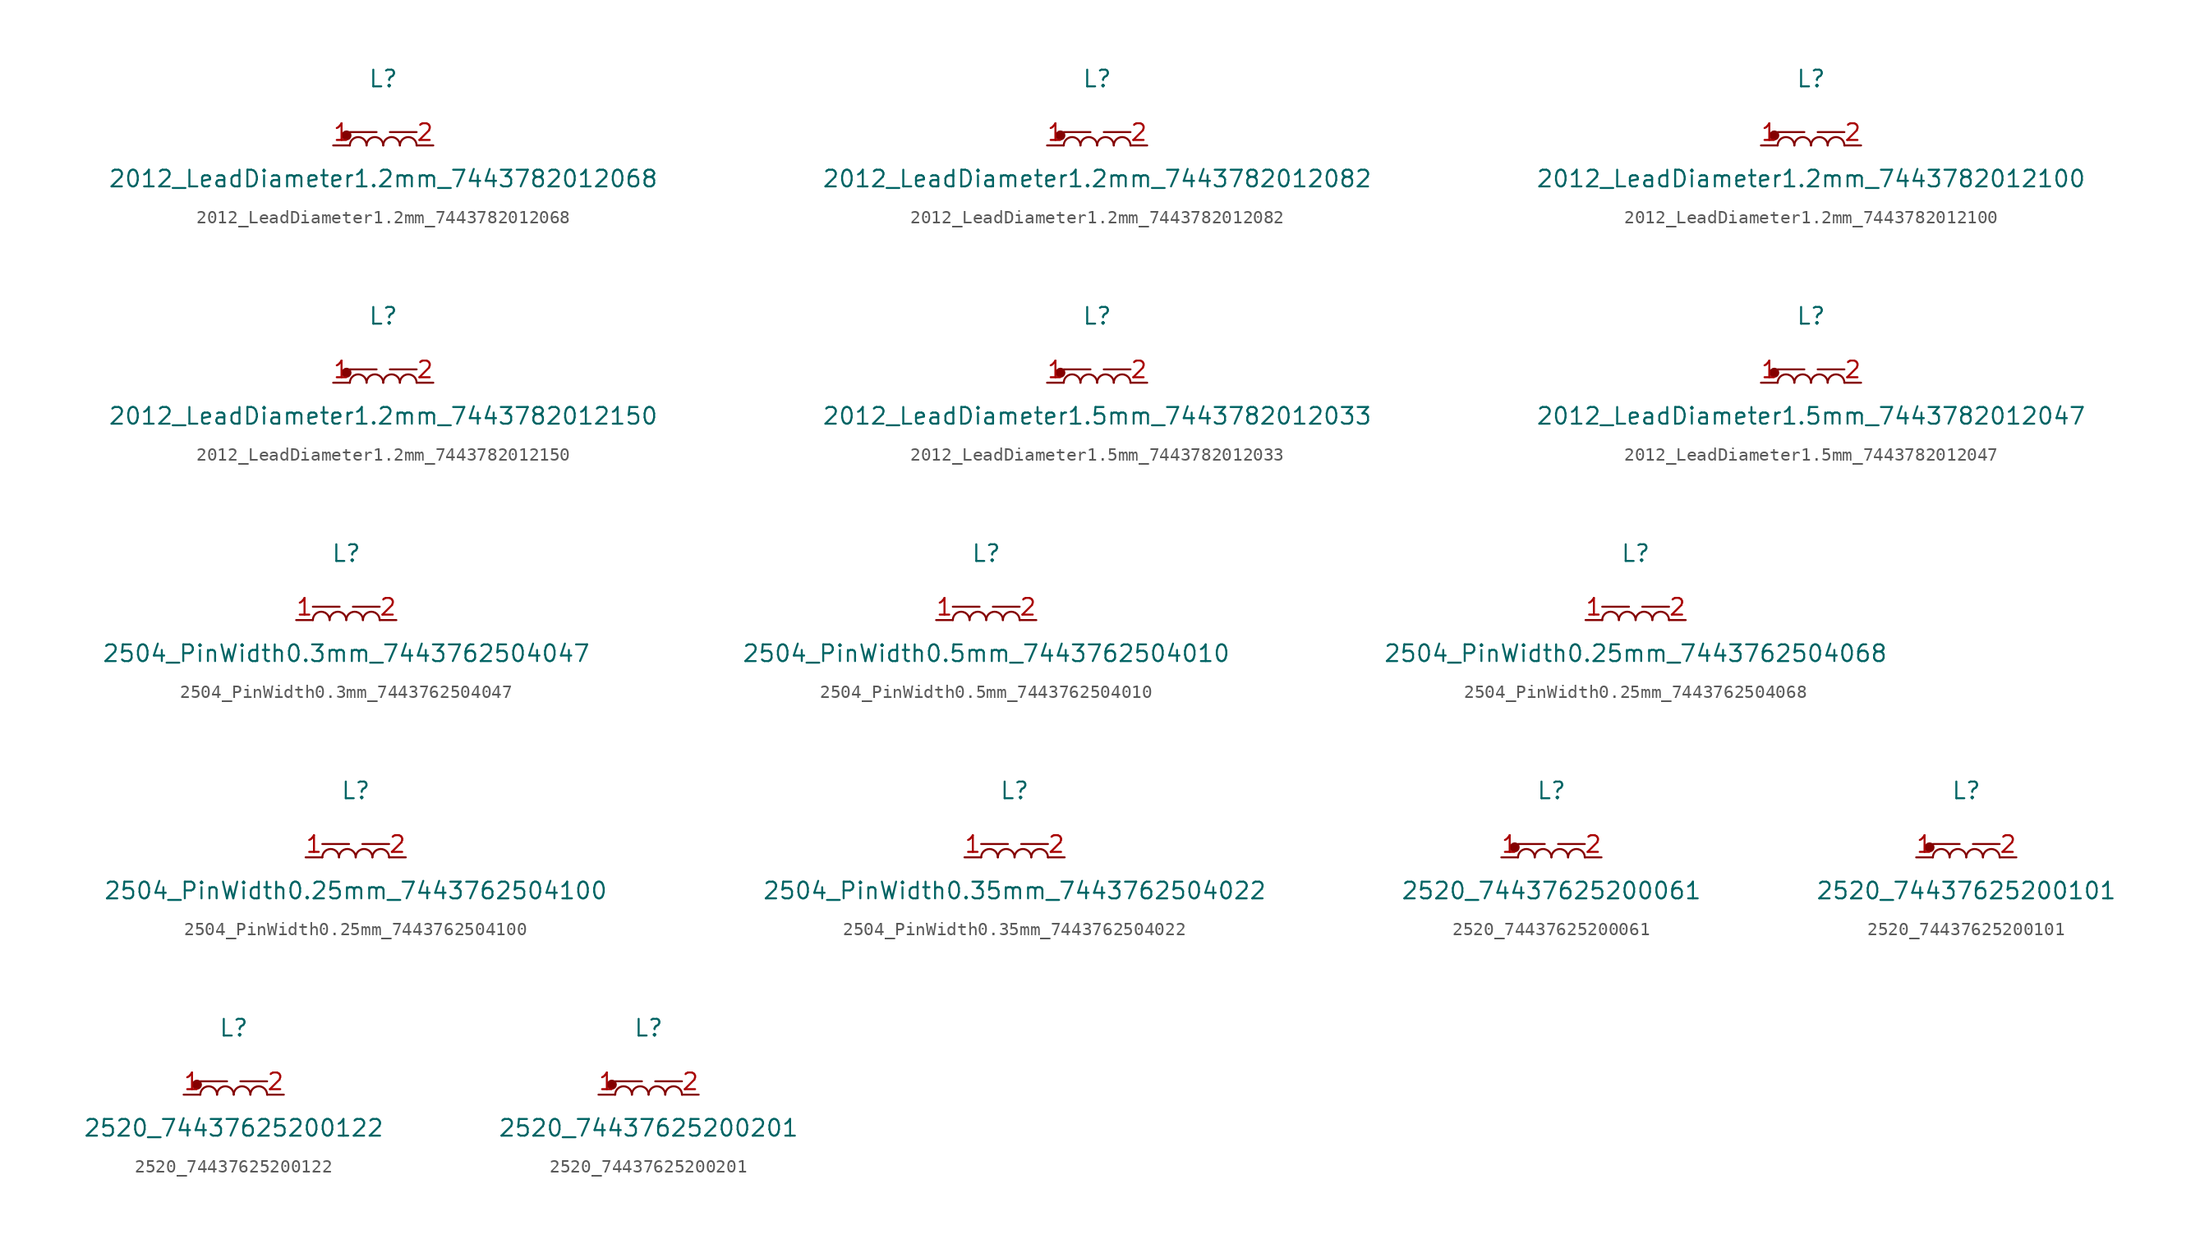
<source format=kicad_sym>
(kicad_symbol_lib
  (version 20220914)
  (generator kicad_symbol_editor)
  (symbol "2012_LeadDiameter1.2mm_7443782012068"
    (pin_names hide)
    (property "Reference" "L"
      (at 0 5.08 0)
      (effects (font (size 1.27 1.27))))
    (property "Value" "2012_LeadDiameter1.2mm_7443782012068"
      (at 0 -2.54 0)
      (effects (font (size 1.27 1.27))))
    (symbol "2012_LeadDiameter1.2mm_7443782012068_0_1"
      (arc (start -1.27 0) (mid -1.905 0.6323) (end -2.54 0) (stroke (width 0) (type default)) (fill (type none)))
      (arc (start 0 0) (mid -0.635 0.6323) (end -1.27 0) (stroke (width 0) (type default)) (fill (type none)))
      (polyline (pts (xy -2.54 1.016) (xy -0.508 1.016)) (stroke (width 0) (type default)) (fill (type none)))
      (arc (start 1.27 0) (mid 0.635 0.6323) (end 0 0) (stroke (width 0) (type default)) (fill (type none)))
      (arc (start 2.54 0) (mid 1.905 0.6323) (end 1.27 0) (stroke (width 0) (type default)) (fill (type none))))
    (symbol "2012_LeadDiameter1.2mm_7443782012068_1_1"
      (circle (center -2.794 0.762) (radius 0.0001) (stroke (width 0.381) (type default)) (fill (type none)))
      (polyline (pts (xy 2.54 1.016) (xy 0.508 1.016)) (stroke (width 0) (type default)) (fill (type none)))
      (pin passive line (at -3.81 0 0) (length 1.27) (name "1" (effects (font (size 1.27 1.27)))) (number "1" (effects (font (size 1.27 1.27)))))
      (pin passive line (at 3.81 0 180) (length 1.27) (name "2" (effects (font (size 1.27 1.27)))) (number "2" (effects (font (size 1.27 1.27)))))))
  (symbol "2012_LeadDiameter1.2mm_7443782012082"
    (pin_names hide)
    (property "Reference" "L"
      (at 0 5.08 0)
      (effects (font (size 1.27 1.27))))
    (property "Value" "2012_LeadDiameter1.2mm_7443782012082"
      (at 0 -2.54 0)
      (effects (font (size 1.27 1.27))))
    (symbol "2012_LeadDiameter1.2mm_7443782012082_0_1"
      (arc (start -1.27 0) (mid -1.905 0.6323) (end -2.54 0) (stroke (width 0) (type default)) (fill (type none)))
      (arc (start 0 0) (mid -0.635 0.6323) (end -1.27 0) (stroke (width 0) (type default)) (fill (type none)))
      (polyline (pts (xy -2.54 1.016) (xy -0.508 1.016)) (stroke (width 0) (type default)) (fill (type none)))
      (arc (start 1.27 0) (mid 0.635 0.6323) (end 0 0) (stroke (width 0) (type default)) (fill (type none)))
      (arc (start 2.54 0) (mid 1.905 0.6323) (end 1.27 0) (stroke (width 0) (type default)) (fill (type none))))
    (symbol "2012_LeadDiameter1.2mm_7443782012082_1_1"
      (circle (center -2.794 0.762) (radius 0.0001) (stroke (width 0.381) (type default)) (fill (type none)))
      (polyline (pts (xy 2.54 1.016) (xy 0.508 1.016)) (stroke (width 0) (type default)) (fill (type none)))
      (pin passive line (at -3.81 0 0) (length 1.27) (name "1" (effects (font (size 1.27 1.27)))) (number "1" (effects (font (size 1.27 1.27)))))
      (pin passive line (at 3.81 0 180) (length 1.27) (name "2" (effects (font (size 1.27 1.27)))) (number "2" (effects (font (size 1.27 1.27)))))))
  (symbol "2012_LeadDiameter1.2mm_7443782012100"
    (pin_names hide)
    (property "Reference" "L"
      (at 0 5.08 0)
      (effects (font (size 1.27 1.27))))
    (property "Value" "2012_LeadDiameter1.2mm_7443782012100"
      (at 0 -2.54 0)
      (effects (font (size 1.27 1.27))))
    (symbol "2012_LeadDiameter1.2mm_7443782012100_0_1"
      (arc (start -1.27 0) (mid -1.905 0.6323) (end -2.54 0) (stroke (width 0) (type default)) (fill (type none)))
      (arc (start 0 0) (mid -0.635 0.6323) (end -1.27 0) (stroke (width 0) (type default)) (fill (type none)))
      (polyline (pts (xy -2.54 1.016) (xy -0.508 1.016)) (stroke (width 0) (type default)) (fill (type none)))
      (arc (start 1.27 0) (mid 0.635 0.6323) (end 0 0) (stroke (width 0) (type default)) (fill (type none)))
      (arc (start 2.54 0) (mid 1.905 0.6323) (end 1.27 0) (stroke (width 0) (type default)) (fill (type none))))
    (symbol "2012_LeadDiameter1.2mm_7443782012100_1_1"
      (circle (center -2.794 0.762) (radius 0.0001) (stroke (width 0.381) (type default)) (fill (type none)))
      (polyline (pts (xy 2.54 1.016) (xy 0.508 1.016)) (stroke (width 0) (type default)) (fill (type none)))
      (pin passive line (at -3.81 0 0) (length 1.27) (name "1" (effects (font (size 1.27 1.27)))) (number "1" (effects (font (size 1.27 1.27)))))
      (pin passive line (at 3.81 0 180) (length 1.27) (name "2" (effects (font (size 1.27 1.27)))) (number "2" (effects (font (size 1.27 1.27)))))))
  (symbol "2012_LeadDiameter1.2mm_7443782012150"
    (pin_names hide)
    (property "Reference" "L"
      (at 0 5.08 0)
      (effects (font (size 1.27 1.27))))
    (property "Value" "2012_LeadDiameter1.2mm_7443782012150"
      (at 0 -2.54 0)
      (effects (font (size 1.27 1.27))))
    (symbol "2012_LeadDiameter1.2mm_7443782012150_0_1"
      (arc (start -1.27 0) (mid -1.905 0.6323) (end -2.54 0) (stroke (width 0) (type default)) (fill (type none)))
      (arc (start 0 0) (mid -0.635 0.6323) (end -1.27 0) (stroke (width 0) (type default)) (fill (type none)))
      (polyline (pts (xy -2.54 1.016) (xy -0.508 1.016)) (stroke (width 0) (type default)) (fill (type none)))
      (arc (start 1.27 0) (mid 0.635 0.6323) (end 0 0) (stroke (width 0) (type default)) (fill (type none)))
      (arc (start 2.54 0) (mid 1.905 0.6323) (end 1.27 0) (stroke (width 0) (type default)) (fill (type none))))
    (symbol "2012_LeadDiameter1.2mm_7443782012150_1_1"
      (circle (center -2.794 0.762) (radius 0.0001) (stroke (width 0.381) (type default)) (fill (type none)))
      (polyline (pts (xy 2.54 1.016) (xy 0.508 1.016)) (stroke (width 0) (type default)) (fill (type none)))
      (pin passive line (at -3.81 0 0) (length 1.27) (name "1" (effects (font (size 1.27 1.27)))) (number "1" (effects (font (size 1.27 1.27)))))
      (pin passive line (at 3.81 0 180) (length 1.27) (name "2" (effects (font (size 1.27 1.27)))) (number "2" (effects (font (size 1.27 1.27)))))))
  (symbol "2012_LeadDiameter1.5mm_7443782012033"
    (pin_names hide)
    (property "Reference" "L"
      (at 0 5.08 0)
      (effects (font (size 1.27 1.27))))
    (property "Value" "2012_LeadDiameter1.5mm_7443782012033"
      (at 0 -2.54 0)
      (effects (font (size 1.27 1.27))))
    (symbol "2012_LeadDiameter1.5mm_7443782012033_0_1"
      (arc (start -1.27 0) (mid -1.905 0.6323) (end -2.54 0) (stroke (width 0) (type default)) (fill (type none)))
      (arc (start 0 0) (mid -0.635 0.6323) (end -1.27 0) (stroke (width 0) (type default)) (fill (type none)))
      (polyline (pts (xy -2.54 1.016) (xy -0.508 1.016)) (stroke (width 0) (type default)) (fill (type none)))
      (arc (start 1.27 0) (mid 0.635 0.6323) (end 0 0) (stroke (width 0) (type default)) (fill (type none)))
      (arc (start 2.54 0) (mid 1.905 0.6323) (end 1.27 0) (stroke (width 0) (type default)) (fill (type none))))
    (symbol "2012_LeadDiameter1.5mm_7443782012033_1_1"
      (circle (center -2.794 0.762) (radius 0.0001) (stroke (width 0.381) (type default)) (fill (type none)))
      (polyline (pts (xy 2.54 1.016) (xy 0.508 1.016)) (stroke (width 0) (type default)) (fill (type none)))
      (pin passive line (at -3.81 0 0) (length 1.27) (name "1" (effects (font (size 1.27 1.27)))) (number "1" (effects (font (size 1.27 1.27)))))
      (pin passive line (at 3.81 0 180) (length 1.27) (name "2" (effects (font (size 1.27 1.27)))) (number "2" (effects (font (size 1.27 1.27)))))))
  (symbol "2012_LeadDiameter1.5mm_7443782012047"
    (pin_names hide)
    (property "Reference" "L"
      (at 0 5.08 0)
      (effects (font (size 1.27 1.27))))
    (property "Value" "2012_LeadDiameter1.5mm_7443782012047"
      (at 0 -2.54 0)
      (effects (font (size 1.27 1.27))))
    (symbol "2012_LeadDiameter1.5mm_7443782012047_0_1"
      (arc (start -1.27 0) (mid -1.905 0.6323) (end -2.54 0) (stroke (width 0) (type default)) (fill (type none)))
      (arc (start 0 0) (mid -0.635 0.6323) (end -1.27 0) (stroke (width 0) (type default)) (fill (type none)))
      (polyline (pts (xy -2.54 1.016) (xy -0.508 1.016)) (stroke (width 0) (type default)) (fill (type none)))
      (arc (start 1.27 0) (mid 0.635 0.6323) (end 0 0) (stroke (width 0) (type default)) (fill (type none)))
      (arc (start 2.54 0) (mid 1.905 0.6323) (end 1.27 0) (stroke (width 0) (type default)) (fill (type none))))
    (symbol "2012_LeadDiameter1.5mm_7443782012047_1_1"
      (circle (center -2.794 0.762) (radius 0.0001) (stroke (width 0.381) (type default)) (fill (type none)))
      (polyline (pts (xy 2.54 1.016) (xy 0.508 1.016)) (stroke (width 0) (type default)) (fill (type none)))
      (pin passive line (at -3.81 0 0) (length 1.27) (name "1" (effects (font (size 1.27 1.27)))) (number "1" (effects (font (size 1.27 1.27)))))
      (pin passive line (at 3.81 0 180) (length 1.27) (name "2" (effects (font (size 1.27 1.27)))) (number "2" (effects (font (size 1.27 1.27)))))))
  (symbol "2504_PinWidth0.3mm_7443762504047"
    (pin_names hide)
    (property "Reference" "L"
      (at 0 5.08 0)
      (effects (font (size 1.27 1.27))))
    (property "Value" "2504_PinWidth0.3mm_7443762504047"
      (at 0 -2.54 0)
      (effects (font (size 1.27 1.27))))
    (symbol "2504_PinWidth0.3mm_7443762504047_0_1"
      (arc (start -1.27 0) (mid -1.905 0.6323) (end -2.54 0) (stroke (width 0) (type default)) (fill (type none)))
      (arc (start 0 0) (mid -0.635 0.6323) (end -1.27 0) (stroke (width 0) (type default)) (fill (type none)))
      (polyline (pts (xy -2.54 1.016) (xy -0.508 1.016)) (stroke (width 0) (type default)) (fill (type none)))
      (arc (start 1.27 0) (mid 0.635 0.6323) (end 0 0) (stroke (width 0) (type default)) (fill (type none)))
      (arc (start 2.54 0) (mid 1.905 0.6323) (end 1.27 0) (stroke (width 0) (type default)) (fill (type none))))
    (symbol "2504_PinWidth0.3mm_7443762504047_1_1"
      (polyline (pts (xy 2.54 1.016) (xy 0.508 1.016)) (stroke (width 0) (type default)) (fill (type none)))
      (pin passive line (at -3.81 0 0) (length 1.27) (name "1" (effects (font (size 1.27 1.27)))) (number "1" (effects (font (size 1.27 1.27)))))
      (pin passive line (at 3.81 0 180) (length 1.27) (name "2" (effects (font (size 1.27 1.27)))) (number "2" (effects (font (size 1.27 1.27)))))))
  (symbol "2504_PinWidth0.5mm_7443762504010"
    (pin_names hide)
    (property "Reference" "L"
      (at 0 5.08 0)
      (effects (font (size 1.27 1.27))))
    (property "Value" "2504_PinWidth0.5mm_7443762504010"
      (at 0 -2.54 0)
      (effects (font (size 1.27 1.27))))
    (symbol "2504_PinWidth0.5mm_7443762504010_0_1"
      (arc (start -1.27 0) (mid -1.905 0.6323) (end -2.54 0) (stroke (width 0) (type default)) (fill (type none)))
      (arc (start 0 0) (mid -0.635 0.6323) (end -1.27 0) (stroke (width 0) (type default)) (fill (type none)))
      (polyline (pts (xy -2.54 1.016) (xy -0.508 1.016)) (stroke (width 0) (type default)) (fill (type none)))
      (arc (start 1.27 0) (mid 0.635 0.6323) (end 0 0) (stroke (width 0) (type default)) (fill (type none)))
      (arc (start 2.54 0) (mid 1.905 0.6323) (end 1.27 0) (stroke (width 0) (type default)) (fill (type none))))
    (symbol "2504_PinWidth0.5mm_7443762504010_1_1"
      (polyline (pts (xy 2.54 1.016) (xy 0.508 1.016)) (stroke (width 0) (type default)) (fill (type none)))
      (pin passive line (at -3.81 0 0) (length 1.27) (name "1" (effects (font (size 1.27 1.27)))) (number "1" (effects (font (size 1.27 1.27)))))
      (pin passive line (at 3.81 0 180) (length 1.27) (name "2" (effects (font (size 1.27 1.27)))) (number "2" (effects (font (size 1.27 1.27)))))))
  (symbol "2504_PinWidth0.25mm_7443762504068"
    (pin_names hide)
    (property "Reference" "L"
      (at 0 5.08 0)
      (effects (font (size 1.27 1.27))))
    (property "Value" "2504_PinWidth0.25mm_7443762504068"
      (at 0 -2.54 0)
      (effects (font (size 1.27 1.27))))
    (symbol "2504_PinWidth0.25mm_7443762504068_0_1"
      (arc (start -1.27 0) (mid -1.905 0.6323) (end -2.54 0) (stroke (width 0) (type default)) (fill (type none)))
      (arc (start 0 0) (mid -0.635 0.6323) (end -1.27 0) (stroke (width 0) (type default)) (fill (type none)))
      (polyline (pts (xy -2.54 1.016) (xy -0.508 1.016)) (stroke (width 0) (type default)) (fill (type none)))
      (arc (start 1.27 0) (mid 0.635 0.6323) (end 0 0) (stroke (width 0) (type default)) (fill (type none)))
      (arc (start 2.54 0) (mid 1.905 0.6323) (end 1.27 0) (stroke (width 0) (type default)) (fill (type none))))
    (symbol "2504_PinWidth0.25mm_7443762504068_1_1"
      (polyline (pts (xy 2.54 1.016) (xy 0.508 1.016)) (stroke (width 0) (type default)) (fill (type none)))
      (pin passive line (at -3.81 0 0) (length 1.27) (name "1" (effects (font (size 1.27 1.27)))) (number "1" (effects (font (size 1.27 1.27)))))
      (pin passive line (at 3.81 0 180) (length 1.27) (name "2" (effects (font (size 1.27 1.27)))) (number "2" (effects (font (size 1.27 1.27)))))))
  (symbol "2504_PinWidth0.25mm_7443762504100"
    (pin_names hide)
    (property "Reference" "L"
      (at 0 5.08 0)
      (effects (font (size 1.27 1.27))))
    (property "Value" "2504_PinWidth0.25mm_7443762504100"
      (at 0 -2.54 0)
      (effects (font (size 1.27 1.27))))
    (symbol "2504_PinWidth0.25mm_7443762504100_0_1"
      (arc (start -1.27 0) (mid -1.905 0.6323) (end -2.54 0) (stroke (width 0) (type default)) (fill (type none)))
      (arc (start 0 0) (mid -0.635 0.6323) (end -1.27 0) (stroke (width 0) (type default)) (fill (type none)))
      (polyline (pts (xy -2.54 1.016) (xy -0.508 1.016)) (stroke (width 0) (type default)) (fill (type none)))
      (arc (start 1.27 0) (mid 0.635 0.6323) (end 0 0) (stroke (width 0) (type default)) (fill (type none)))
      (arc (start 2.54 0) (mid 1.905 0.6323) (end 1.27 0) (stroke (width 0) (type default)) (fill (type none))))
    (symbol "2504_PinWidth0.25mm_7443762504100_1_1"
      (polyline (pts (xy 2.54 1.016) (xy 0.508 1.016)) (stroke (width 0) (type default)) (fill (type none)))
      (pin passive line (at -3.81 0 0) (length 1.27) (name "1" (effects (font (size 1.27 1.27)))) (number "1" (effects (font (size 1.27 1.27)))))
      (pin passive line (at 3.81 0 180) (length 1.27) (name "2" (effects (font (size 1.27 1.27)))) (number "2" (effects (font (size 1.27 1.27)))))))
  (symbol "2504_PinWidth0.35mm_7443762504022"
    (pin_names hide)
    (property "Reference" "L"
      (at 0 5.08 0)
      (effects (font (size 1.27 1.27))))
    (property "Value" "2504_PinWidth0.35mm_7443762504022"
      (at 0 -2.54 0)
      (effects (font (size 1.27 1.27))))
    (symbol "2504_PinWidth0.35mm_7443762504022_0_1"
      (arc (start -1.27 0) (mid -1.905 0.6323) (end -2.54 0) (stroke (width 0) (type default)) (fill (type none)))
      (arc (start 0 0) (mid -0.635 0.6323) (end -1.27 0) (stroke (width 0) (type default)) (fill (type none)))
      (polyline (pts (xy -2.54 1.016) (xy -0.508 1.016)) (stroke (width 0) (type default)) (fill (type none)))
      (arc (start 1.27 0) (mid 0.635 0.6323) (end 0 0) (stroke (width 0) (type default)) (fill (type none)))
      (arc (start 2.54 0) (mid 1.905 0.6323) (end 1.27 0) (stroke (width 0) (type default)) (fill (type none))))
    (symbol "2504_PinWidth0.35mm_7443762504022_1_1"
      (polyline (pts (xy 2.54 1.016) (xy 0.508 1.016)) (stroke (width 0) (type default)) (fill (type none)))
      (pin passive line (at -3.81 0 0) (length 1.27) (name "1" (effects (font (size 1.27 1.27)))) (number "1" (effects (font (size 1.27 1.27)))))
      (pin passive line (at 3.81 0 180) (length 1.27) (name "2" (effects (font (size 1.27 1.27)))) (number "2" (effects (font (size 1.27 1.27)))))))
  (symbol "2520_74437625200061"
    (pin_names hide)
    (property "Reference" "L"
      (at 0 5.08 0)
      (effects (font (size 1.27 1.27))))
    (property "Value" "2520_74437625200061"
      (at 0 -2.54 0)
      (effects (font (size 1.27 1.27))))
    (symbol "2520_74437625200061_0_1"
      (arc (start -1.27 0) (mid -1.905 0.6323) (end -2.54 0) (stroke (width 0) (type default)) (fill (type none)))
      (arc (start 0 0) (mid -0.635 0.6323) (end -1.27 0) (stroke (width 0) (type default)) (fill (type none)))
      (polyline (pts (xy -2.54 1.016) (xy -0.508 1.016)) (stroke (width 0) (type default)) (fill (type none)))
      (arc (start 1.27 0) (mid 0.635 0.6323) (end 0 0) (stroke (width 0) (type default)) (fill (type none)))
      (arc (start 2.54 0) (mid 1.905 0.6323) (end 1.27 0) (stroke (width 0) (type default)) (fill (type none))))
    (symbol "2520_74437625200061_1_1"
      (circle (center -2.794 0.762) (radius 0.0001) (stroke (width 0.381) (type default)) (fill (type none)))
      (polyline (pts (xy 2.54 1.016) (xy 0.508 1.016)) (stroke (width 0) (type default)) (fill (type none)))
      (pin passive line (at -3.81 0 0) (length 1.27) (name "1" (effects (font (size 1.27 1.27)))) (number "1" (effects (font (size 1.27 1.27)))))
      (pin passive line (at 3.81 0 180) (length 1.27) (name "2" (effects (font (size 1.27 1.27)))) (number "2" (effects (font (size 1.27 1.27)))))))
  (symbol "2520_74437625200101"
    (pin_names hide)
    (property "Reference" "L"
      (at 0 5.08 0)
      (effects (font (size 1.27 1.27))))
    (property "Value" "2520_74437625200101"
      (at 0 -2.54 0)
      (effects (font (size 1.27 1.27))))
    (symbol "2520_74437625200101_0_1"
      (arc (start -1.27 0) (mid -1.905 0.6323) (end -2.54 0) (stroke (width 0) (type default)) (fill (type none)))
      (arc (start 0 0) (mid -0.635 0.6323) (end -1.27 0) (stroke (width 0) (type default)) (fill (type none)))
      (polyline (pts (xy -2.54 1.016) (xy -0.508 1.016)) (stroke (width 0) (type default)) (fill (type none)))
      (arc (start 1.27 0) (mid 0.635 0.6323) (end 0 0) (stroke (width 0) (type default)) (fill (type none)))
      (arc (start 2.54 0) (mid 1.905 0.6323) (end 1.27 0) (stroke (width 0) (type default)) (fill (type none))))
    (symbol "2520_74437625200101_1_1"
      (circle (center -2.794 0.762) (radius 0.0001) (stroke (width 0.381) (type default)) (fill (type none)))
      (polyline (pts (xy 2.54 1.016) (xy 0.508 1.016)) (stroke (width 0) (type default)) (fill (type none)))
      (pin passive line (at -3.81 0 0) (length 1.27) (name "1" (effects (font (size 1.27 1.27)))) (number "1" (effects (font (size 1.27 1.27)))))
      (pin passive line (at 3.81 0 180) (length 1.27) (name "2" (effects (font (size 1.27 1.27)))) (number "2" (effects (font (size 1.27 1.27)))))))
  (symbol "2520_74437625200122"
    (pin_names hide)
    (property "Reference" "L"
      (at 0 5.08 0)
      (effects (font (size 1.27 1.27))))
    (property "Value" "2520_74437625200122"
      (at 0 -2.54 0)
      (effects (font (size 1.27 1.27))))
    (symbol "2520_74437625200122_0_1"
      (arc (start -1.27 0) (mid -1.905 0.6323) (end -2.54 0) (stroke (width 0) (type default)) (fill (type none)))
      (arc (start 0 0) (mid -0.635 0.6323) (end -1.27 0) (stroke (width 0) (type default)) (fill (type none)))
      (polyline (pts (xy -2.54 1.016) (xy -0.508 1.016)) (stroke (width 0) (type default)) (fill (type none)))
      (arc (start 1.27 0) (mid 0.635 0.6323) (end 0 0) (stroke (width 0) (type default)) (fill (type none)))
      (arc (start 2.54 0) (mid 1.905 0.6323) (end 1.27 0) (stroke (width 0) (type default)) (fill (type none))))
    (symbol "2520_74437625200122_1_1"
      (circle (center -2.794 0.762) (radius 0.0001) (stroke (width 0.381) (type default)) (fill (type none)))
      (polyline (pts (xy 2.54 1.016) (xy 0.508 1.016)) (stroke (width 0) (type default)) (fill (type none)))
      (pin passive line (at -3.81 0 0) (length 1.27) (name "1" (effects (font (size 1.27 1.27)))) (number "1" (effects (font (size 1.27 1.27)))))
      (pin passive line (at 3.81 0 180) (length 1.27) (name "2" (effects (font (size 1.27 1.27)))) (number "2" (effects (font (size 1.27 1.27)))))))
  (symbol "2520_74437625200201"
    (pin_names hide)
    (property "Reference" "L"
      (at 0 5.08 0)
      (effects (font (size 1.27 1.27))))
    (property "Value" "2520_74437625200201"
      (at 0 -2.54 0)
      (effects (font (size 1.27 1.27))))
    (symbol "2520_74437625200201_0_1"
      (arc (start -1.27 0) (mid -1.905 0.6323) (end -2.54 0) (stroke (width 0) (type default)) (fill (type none)))
      (arc (start 0 0) (mid -0.635 0.6323) (end -1.27 0) (stroke (width 0) (type default)) (fill (type none)))
      (polyline (pts (xy -2.54 1.016) (xy -0.508 1.016)) (stroke (width 0) (type default)) (fill (type none)))
      (arc (start 1.27 0) (mid 0.635 0.6323) (end 0 0) (stroke (width 0) (type default)) (fill (type none)))
      (arc (start 2.54 0) (mid 1.905 0.6323) (end 1.27 0) (stroke (width 0) (type default)) (fill (type none))))
    (symbol "2520_74437625200201_1_1"
      (circle (center -2.794 0.762) (radius 0.0001) (stroke (width 0.381) (type default)) (fill (type none)))
      (polyline (pts (xy 2.54 1.016) (xy 0.508 1.016)) (stroke (width 0) (type default)) (fill (type none)))
      (pin passive line (at -3.81 0 0) (length 1.27) (name "1" (effects (font (size 1.27 1.27)))) (number "1" (effects (font (size 1.27 1.27)))))
      (pin passive line (at 3.81 0 180) (length 1.27) (name "2" (effects (font (size 1.27 1.27)))) (number "2" (effects (font (size 1.27 1.27))))))))
</source>
